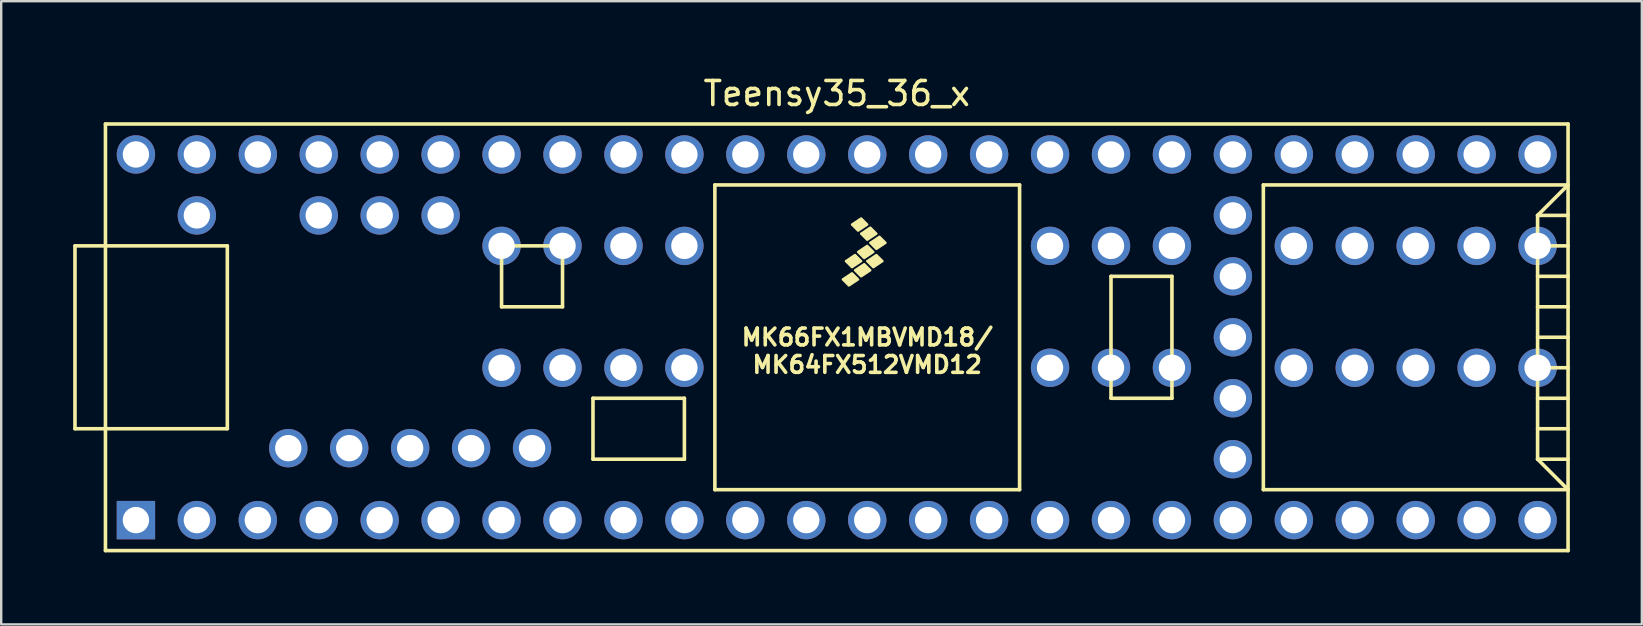
<source format=kicad_pcb>
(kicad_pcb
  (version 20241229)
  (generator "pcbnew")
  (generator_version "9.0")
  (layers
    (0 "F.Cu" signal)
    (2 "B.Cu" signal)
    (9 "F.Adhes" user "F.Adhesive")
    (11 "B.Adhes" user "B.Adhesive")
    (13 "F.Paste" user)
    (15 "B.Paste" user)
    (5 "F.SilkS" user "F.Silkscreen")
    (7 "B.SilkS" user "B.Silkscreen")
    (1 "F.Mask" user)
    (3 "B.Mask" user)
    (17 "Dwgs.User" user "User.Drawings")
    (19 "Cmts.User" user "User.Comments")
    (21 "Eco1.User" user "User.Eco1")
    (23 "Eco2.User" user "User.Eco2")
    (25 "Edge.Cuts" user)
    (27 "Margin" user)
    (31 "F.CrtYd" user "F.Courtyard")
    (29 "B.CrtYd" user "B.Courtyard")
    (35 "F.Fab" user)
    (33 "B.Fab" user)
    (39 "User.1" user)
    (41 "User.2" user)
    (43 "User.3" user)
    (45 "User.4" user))
  (footprint "Teensy35_36_x"
    (layer "F.Cu")
    (at 31.825 11.008)
    (property "Reference" "Teensy35_36_x" (at 0 -10.16 0) (layer "F.SilkS") (effects (font (size 1 1) (thickness 0.15))))
    (attr through_hole)
    (fp_line (start -31.75 -3.81) (end -30.48 -3.81) (stroke (width 0.15) (type solid)) (layer "F.SilkS"))
    (fp_line (start -31.75 3.81) (end -31.75 -3.81) (stroke (width 0.15) (type solid)) (layer "F.SilkS"))
    (fp_line (start -30.48 3.81) (end -31.75 3.81) (stroke (width 0.15) (type solid)) (layer "F.SilkS"))
    (fp_line (start -30.48 8.89) (end -30.48 -8.89) (stroke (width 0.15) (type solid)) (layer "F.SilkS"))
    (fp_line (start -30.48 8.89) (end 30.48 8.89) (stroke (width 0.15) (type solid)) (layer "F.SilkS"))
    (fp_line (start -25.4 -3.81) (end -30.48 -3.81) (stroke (width 0.15) (type solid)) (layer "F.SilkS"))
    (fp_line (start -25.4 3.81) (end -30.48 3.81) (stroke (width 0.15) (type solid)) (layer "F.SilkS"))
    (fp_line (start -25.4 3.81) (end -25.4 -3.81) (stroke (width 0.15) (type solid)) (layer "F.SilkS"))
    (fp_line (start -13.97 -3.81) (end -13.97 -1.27) (stroke (width 0.15) (type solid)) (layer "F.SilkS"))
    (fp_line (start -13.97 -1.27) (end -11.43 -1.27) (stroke (width 0.15) (type solid)) (layer "F.SilkS"))
    (fp_line (start -11.43 -3.81) (end -13.97 -3.81) (stroke (width 0.15) (type solid)) (layer "F.SilkS"))
    (fp_line (start -11.43 -1.27) (end -11.43 -3.81) (stroke (width 0.15) (type solid)) (layer "F.SilkS"))
    (fp_line (start -10.16 2.54) (end -6.35 2.54) (stroke (width 0.15) (type solid)) (layer "F.SilkS"))
    (fp_line (start -10.16 5.08) (end -10.16 2.54) (stroke (width 0.15) (type solid)) (layer "F.SilkS"))
    (fp_line (start -6.35 2.54) (end -6.35 5.08) (stroke (width 0.15) (type solid)) (layer "F.SilkS"))
    (fp_line (start -6.35 5.08) (end -10.16 5.08) (stroke (width 0.15) (type solid)) (layer "F.SilkS"))
    (fp_line (start -5.08 -6.35) (end -5.08 6.35) (stroke (width 0.15) (type solid)) (layer "F.SilkS"))
    (fp_line (start -5.08 -6.35) (end 7.62 -6.35) (stroke (width 0.15) (type solid)) (layer "F.SilkS"))
    (fp_line (start -5.08 6.35) (end 7.62 6.35) (stroke (width 0.15) (type solid)) (layer "F.SilkS"))
    (fp_line (start 7.62 6.35) (end 7.62 -6.35) (stroke (width 0.15) (type solid)) (layer "F.SilkS"))
    (fp_line (start 11.43 -2.54) (end 13.97 -2.54) (stroke (width 0.15) (type solid)) (layer "F.SilkS"))
    (fp_line (start 11.43 2.54) (end 11.43 -2.54) (stroke (width 0.15) (type solid)) (layer "F.SilkS"))
    (fp_line (start 13.97 -2.54) (end 13.97 2.54) (stroke (width 0.15) (type solid)) (layer "F.SilkS"))
    (fp_line (start 13.97 2.54) (end 11.43 2.54) (stroke (width 0.15) (type solid)) (layer "F.SilkS"))
    (fp_line (start 17.78 -6.35) (end 17.78 6.35) (stroke (width 0.15) (type solid)) (layer "F.SilkS"))
    (fp_line (start 17.78 6.35) (end 30.48 6.35) (stroke (width 0.15) (type solid)) (layer "F.SilkS"))
    (fp_line (start 29.21 -5.08) (end 30.48 -6.35) (stroke (width 0.15) (type solid)) (layer "F.SilkS"))
    (fp_line (start 29.21 -5.08) (end 30.48 -5.08) (stroke (width 0.15) (type solid)) (layer "F.SilkS"))
    (fp_line (start 29.21 -3.81) (end 30.48 -3.81) (stroke (width 0.15) (type solid)) (layer "F.SilkS"))
    (fp_line (start 29.21 -2.54) (end 30.48 -2.54) (stroke (width 0.15) (type solid)) (layer "F.SilkS"))
    (fp_line (start 29.21 -1.27) (end 30.48 -1.27) (stroke (width 0.15) (type solid)) (layer "F.SilkS"))
    (fp_line (start 29.21 0) (end 30.48 0) (stroke (width 0.15) (type solid)) (layer "F.SilkS"))
    (fp_line (start 29.21 1.27) (end 30.48 1.27) (stroke (width 0.15) (type solid)) (layer "F.SilkS"))
    (fp_line (start 29.21 2.54) (end 30.48 2.54) (stroke (width 0.15) (type solid)) (layer "F.SilkS"))
    (fp_line (start 29.21 3.81) (end 30.48 3.81) (stroke (width 0.15) (type solid)) (layer "F.SilkS"))
    (fp_line (start 29.21 5.08) (end 29.21 -5.08) (stroke (width 0.15) (type solid)) (layer "F.SilkS"))
    (fp_line (start 29.21 5.08) (end 30.48 5.08) (stroke (width 0.15) (type solid)) (layer "F.SilkS"))
    (fp_line (start 30.48 -8.89) (end -30.48 -8.89) (stroke (width 0.15) (type solid)) (layer "F.SilkS"))
    (fp_line (start 30.48 -8.89) (end 30.48 8.89) (stroke (width 0.15) (type solid)) (layer "F.SilkS"))
    (fp_line (start 30.48 -6.35) (end 17.78 -6.35) (stroke (width 0.15) (type solid)) (layer "F.SilkS"))
    (fp_line (start 30.48 6.35) (end 29.21 5.08) (stroke (width 0.15) (type solid)) (layer "F.SilkS"))
    (fp_poly (pts (xy 0.635 -2.667) (xy 0.889 -2.413) (xy 0.508 -2.159) (xy 0.254 -2.413)) (stroke (width 0.1) (type solid)) (fill yes) (layer "F.SilkS"))
    (fp_poly (pts (xy 0.762 -3.429) (xy 1.016 -3.175) (xy 0.635 -2.921) (xy 0.381 -3.175)) (stroke (width 0.1) (type solid)) (fill yes) (layer "F.SilkS"))
    (fp_poly (pts (xy 1.016 -4.953) (xy 1.27 -4.699) (xy 0.889 -4.445) (xy 0.635 -4.699)) (stroke (width 0.1) (type solid)) (fill yes) (layer "F.SilkS"))
    (fp_poly (pts (xy 1.143 -3.048) (xy 1.397 -2.794) (xy 1.016 -2.54) (xy 0.762 -2.794)) (stroke (width 0.1) (type solid)) (fill yes) (layer "F.SilkS"))
    (fp_poly (pts (xy 1.27 -3.81) (xy 1.524 -3.556) (xy 1.143 -3.302) (xy 0.889 -3.556)) (stroke (width 0.1) (type solid)) (fill yes) (layer "F.SilkS"))
    (fp_poly (pts (xy 1.397 -4.572) (xy 1.651 -4.318) (xy 1.27 -4.064) (xy 1.016 -4.318)) (stroke (width 0.1) (type solid)) (fill yes) (layer "F.SilkS"))
    (fp_poly (pts (xy 1.651 -3.429) (xy 1.905 -3.175) (xy 1.524 -2.921) (xy 1.27 -3.175)) (stroke (width 0.1) (type solid)) (fill yes) (layer "F.SilkS"))
    (fp_poly (pts (xy 1.778 -4.191) (xy 2.032 -3.937) (xy 1.651 -3.683) (xy 1.397 -3.937)) (stroke (width 0.1) (type solid)) (fill yes) (layer "F.SilkS"))
    (fp_text user "MK66FX1MBVMD18/" (at 1.27 0 0) (layer "F.SilkS") (effects (font (size 0.7 0.7) (thickness 0.15))))
    (fp_text user "MK64FX512VMD12" (at 1.27 1.143 0) (layer "F.SilkS") (effects (font (size 0.7 0.7) (thickness 0.15))))
    (pad "1" thru_hole rect (at -29.21 7.62) (size 1.6 1.6) (drill 1.1) (layers "*.Cu" "*.Mask"))
    (pad "2" thru_hole circle (at -26.67 7.62) (size 1.6 1.6) (drill 1.1) (layers "*.Cu" "*.Mask"))
    (pad "3" thru_hole circle (at -24.13 7.62) (size 1.6 1.6) (drill 1.1) (layers "*.Cu" "*.Mask"))
    (pad "4" thru_hole circle (at -21.59 7.62) (size 1.6 1.6) (drill 1.1) (layers "*.Cu" "*.Mask"))
    (pad "5" thru_hole circle (at -19.05 7.62) (size 1.6 1.6) (drill 1.1) (layers "*.Cu" "*.Mask"))
    (pad "6" thru_hole circle (at -16.51 7.62) (size 1.6 1.6) (drill 1.1) (layers "*.Cu" "*.Mask"))
    (pad "7" thru_hole circle (at -13.97 7.62) (size 1.6 1.6) (drill 1.1) (layers "*.Cu" "*.Mask"))
    (pad "8" thru_hole circle (at -11.43 7.62) (size 1.6 1.6) (drill 1.1) (layers "*.Cu" "*.Mask"))
    (pad "9" thru_hole circle (at -8.89 7.62) (size 1.6 1.6) (drill 1.1) (layers "*.Cu" "*.Mask"))
    (pad "10" thru_hole circle (at -6.35 7.62) (size 1.6 1.6) (drill 1.1) (layers "*.Cu" "*.Mask"))
    (pad "11" thru_hole circle (at -3.81 7.62) (size 1.6 1.6) (drill 1.1) (layers "*.Cu" "*.Mask"))
    (pad "12" thru_hole circle (at -1.27 7.62) (size 1.6 1.6) (drill 1.1) (layers "*.Cu" "*.Mask"))
    (pad "13" thru_hole circle (at 1.27 7.62) (size 1.6 1.6) (drill 1.1) (layers "*.Cu" "*.Mask"))
    (pad "14" thru_hole circle (at 3.81 7.62) (size 1.6 1.6) (drill 1.1) (layers "*.Cu" "*.Mask"))
    (pad "15" thru_hole circle (at 6.35 7.62) (size 1.6 1.6) (drill 1.1) (layers "*.Cu" "*.Mask"))
    (pad "16" thru_hole circle (at 8.89 7.62) (size 1.6 1.6) (drill 1.1) (layers "*.Cu" "*.Mask"))
    (pad "17" thru_hole circle (at 11.43 7.62) (size 1.6 1.6) (drill 1.1) (layers "*.Cu" "*.Mask"))
    (pad "18" thru_hole circle (at 13.97 7.62) (size 1.6 1.6) (drill 1.1) (layers "*.Cu" "*.Mask"))
    (pad "19" thru_hole circle (at 16.51 7.62) (size 1.6 1.6) (drill 1.1) (layers "*.Cu" "*.Mask"))
    (pad "20" thru_hole circle (at 19.05 7.62) (size 1.6 1.6) (drill 1.1) (layers "*.Cu" "*.Mask"))
    (pad "21" thru_hole circle (at 21.59 7.62) (size 1.6 1.6) (drill 1.1) (layers "*.Cu" "*.Mask"))
    (pad "22" thru_hole circle (at 24.13 7.62) (size 1.6 1.6) (drill 1.1) (layers "*.Cu" "*.Mask"))
    (pad "23" thru_hole circle (at 26.67 7.62) (size 1.6 1.6) (drill 1.1) (layers "*.Cu" "*.Mask"))
    (pad "24" thru_hole circle (at 29.21 7.62) (size 1.6 1.6) (drill 1.1) (layers "*.Cu" "*.Mask"))
    (pad "25" thru_hole circle (at 16.51 5.08) (size 1.6 1.6) (drill 1.1) (layers "*.Cu" "*.Mask"))
    (pad "26" thru_hole circle (at 16.51 2.54) (size 1.6 1.6) (drill 1.1) (layers "*.Cu" "*.Mask"))
    (pad "27" thru_hole circle (at 16.51 0) (size 1.6 1.6) (drill 1.1) (layers "*.Cu" "*.Mask"))
    (pad "28" thru_hole circle (at 16.51 -2.54) (size 1.6 1.6) (drill 1.1) (layers "*.Cu" "*.Mask"))
    (pad "29" thru_hole circle (at 16.51 -5.08) (size 1.6 1.6) (drill 1.1) (layers "*.Cu" "*.Mask"))
    (pad "30" thru_hole circle (at 29.21 -7.62) (size 1.6 1.6) (drill 1.1) (layers "*.Cu" "*.Mask"))
    (pad "31" thru_hole circle (at 26.67 -7.62) (size 1.6 1.6) (drill 1.1) (layers "*.Cu" "*.Mask"))
    (pad "32" thru_hole circle (at 24.13 -7.62) (size 1.6 1.6) (drill 1.1) (layers "*.Cu" "*.Mask"))
    (pad "33" thru_hole circle (at 21.59 -7.62) (size 1.6 1.6) (drill 1.1) (layers "*.Cu" "*.Mask"))
    (pad "34" thru_hole circle (at 19.05 -7.62) (size 1.6 1.6) (drill 1.1) (layers "*.Cu" "*.Mask"))
    (pad "35" thru_hole circle (at 16.51 -7.62) (size 1.6 1.6) (drill 1.1) (layers "*.Cu" "*.Mask"))
    (pad "36" thru_hole circle (at 13.97 -7.62) (size 1.6 1.6) (drill 1.1) (layers "*.Cu" "*.Mask"))
    (pad "37" thru_hole circle (at 11.43 -7.62) (size 1.6 1.6) (drill 1.1) (layers "*.Cu" "*.Mask"))
    (pad "38" thru_hole circle (at 8.89 -7.62) (size 1.6 1.6) (drill 1.1) (layers "*.Cu" "*.Mask"))
    (pad "39" thru_hole circle (at 6.35 -7.62) (size 1.6 1.6) (drill 1.1) (layers "*.Cu" "*.Mask"))
    (pad "40" thru_hole circle (at 3.81 -7.62) (size 1.6 1.6) (drill 1.1) (layers "*.Cu" "*.Mask"))
    (pad "41" thru_hole circle (at 1.27 -7.62) (size 1.6 1.6) (drill 1.1) (layers "*.Cu" "*.Mask"))
    (pad "42" thru_hole circle (at -1.27 -7.62) (size 1.6 1.6) (drill 1.1) (layers "*.Cu" "*.Mask"))
    (pad "43" thru_hole circle (at -3.81 -7.62) (size 1.6 1.6) (drill 1.1) (layers "*.Cu" "*.Mask"))
    (pad "44" thru_hole circle (at -6.35 -7.62) (size 1.6 1.6) (drill 1.1) (layers "*.Cu" "*.Mask"))
    (pad "45" thru_hole circle (at -8.89 -7.62) (size 1.6 1.6) (drill 1.1) (layers "*.Cu" "*.Mask"))
    (pad "46" thru_hole circle (at -11.43 -7.62) (size 1.6 1.6) (drill 1.1) (layers "*.Cu" "*.Mask"))
    (pad "47" thru_hole circle (at -13.97 -7.62) (size 1.6 1.6) (drill 1.1) (layers "*.Cu" "*.Mask"))
    (pad "48" thru_hole circle (at -16.51 -7.62) (size 1.6 1.6) (drill 1.1) (layers "*.Cu" "*.Mask"))
    (pad "49" thru_hole circle (at -19.05 -7.62) (size 1.6 1.6) (drill 1.1) (layers "*.Cu" "*.Mask"))
    (pad "50" thru_hole circle (at -21.59 -7.62) (size 1.6 1.6) (drill 1.1) (layers "*.Cu" "*.Mask"))
    (pad "51" thru_hole circle (at -24.13 -7.62) (size 1.6 1.6) (drill 1.1) (layers "*.Cu" "*.Mask"))
    (pad "52" thru_hole circle (at -26.67 -7.62) (size 1.6 1.6) (drill 1.1) (layers "*.Cu" "*.Mask"))
    (pad "53" thru_hole circle (at -29.21 -7.62) (size 1.6 1.6) (drill 1.1) (layers "*.Cu" "*.Mask"))
    (pad "54" thru_hole circle (at -26.67 -5.08) (size 1.6 1.6) (drill 1.1) (layers "*.Cu" "*.Mask"))
    (pad "55" thru_hole circle (at -21.59 -5.08) (size 1.6 1.6) (drill 1.1) (layers "*.Cu" "*.Mask"))
    (pad "56" thru_hole circle (at -19.05 -5.08) (size 1.6 1.6) (drill 1.1) (layers "*.Cu" "*.Mask"))
    (pad "57" thru_hole circle (at -16.51 -5.08) (size 1.6 1.6) (drill 1.1) (layers "*.Cu" "*.Mask"))
    (pad "58" thru_hole circle (at -22.86 4.62) (size 1.6 1.6) (drill 1.1) (layers "*.Cu" "*.Mask"))
    (pad "59" thru_hole circle (at -20.32 4.62) (size 1.6 1.6) (drill 1.1) (layers "*.Cu" "*.Mask"))
    (pad "60" thru_hole circle (at -17.78 4.62) (size 1.6 1.6) (drill 1.1) (layers "*.Cu" "*.Mask"))
    (pad "61" thru_hole circle (at -15.24 4.62) (size 1.6 1.6) (drill 1.1) (layers "*.Cu" "*.Mask"))
    (pad "62" thru_hole circle (at -12.7 4.62) (size 1.6 1.6) (drill 1.1) (layers "*.Cu" "*.Mask"))
    (pad "63" thru_hole circle (at -13.97 1.27) (size 1.6 1.6) (drill 1.1) (layers "*.Cu" "*.Mask"))
    (pad "64" thru_hole circle (at -11.43 1.27) (size 1.6 1.6) (drill 1.1) (layers "*.Cu" "*.Mask"))
    (pad "65" thru_hole circle (at -8.89 1.27) (size 1.6 1.6) (drill 1.1) (layers "*.Cu" "*.Mask"))
    (pad "66" thru_hole circle (at -6.35 1.27) (size 1.6 1.6) (drill 1.1) (layers "*.Cu" "*.Mask"))
    (pad "67" thru_hole circle (at 8.89 1.27) (size 1.6 1.6) (drill 1.1) (layers "*.Cu" "*.Mask"))
    (pad "68" thru_hole circle (at 11.43 1.27) (size 1.6 1.6) (drill 1.1) (layers "*.Cu" "*.Mask"))
    (pad "69" thru_hole circle (at 13.97 1.27) (size 1.6 1.6) (drill 1.1) (layers "*.Cu" "*.Mask"))
    (pad "70" thru_hole circle (at 19.05 1.27) (size 1.6 1.6) (drill 1.1) (layers "*.Cu" "*.Mask"))
    (pad "71" thru_hole circle (at 21.59 1.27) (size 1.6 1.6) (drill 1.1) (layers "*.Cu" "*.Mask"))
    (pad "72" thru_hole circle (at 24.13 1.27) (size 1.6 1.6) (drill 1.1) (layers "*.Cu" "*.Mask"))
    (pad "73" thru_hole circle (at 26.67 1.27) (size 1.6 1.6) (drill 1.1) (layers "*.Cu" "*.Mask"))
    (pad "74" thru_hole circle (at 29.21 1.27) (size 1.6 1.6) (drill 1.1) (layers "*.Cu" "*.Mask"))
    (pad "75" thru_hole circle (at 29.21 -3.81) (size 1.6 1.6) (drill 1.1) (layers "*.Cu" "*.Mask"))
    (pad "76" thru_hole circle (at 26.67 -3.81) (size 1.6 1.6) (drill 1.1) (layers "*.Cu" "*.Mask"))
    (pad "77" thru_hole circle (at 24.13 -3.81) (size 1.6 1.6) (drill 1.1) (layers "*.Cu" "*.Mask"))
    (pad "78" thru_hole circle (at 21.59 -3.81) (size 1.6 1.6) (drill 1.1) (layers "*.Cu" "*.Mask"))
    (pad "79" thru_hole circle (at 19.05 -3.81) (size 1.6 1.6) (drill 1.1) (layers "*.Cu" "*.Mask"))
    (pad "80" thru_hole circle (at 13.97 -3.81) (size 1.6 1.6) (drill 1.1) (layers "*.Cu" "*.Mask"))
    (pad "81" thru_hole circle (at 11.43 -3.81) (size 1.6 1.6) (drill 1.1) (layers "*.Cu" "*.Mask"))
    (pad "82" thru_hole circle (at 8.89 -3.81) (size 1.6 1.6) (drill 1.1) (layers "*.Cu" "*.Mask"))
    (pad "83" thru_hole circle (at -6.35 -3.81) (size 1.6 1.6) (drill 1.1) (layers "*.Cu" "*.Mask"))
    (pad "84" thru_hole circle (at -8.89 -3.81) (size 1.6 1.6) (drill 1.1) (layers "*.Cu" "*.Mask"))
    (pad "85" thru_hole circle (at -11.43 -3.81) (size 1.6 1.6) (drill 1.1) (layers "*.Cu" "*.Mask"))
    (pad "86" thru_hole circle (at -13.97 -3.81) (size 1.6 1.6) (drill 1.1) (layers "*.Cu" "*.Mask")))
  (gr_rect
    (start -3 -3)
    (end 65.38 22.973)
    (stroke (width 0.1) (type default))
    (fill no)
    (layer "Edge.Cuts")))
</source>
